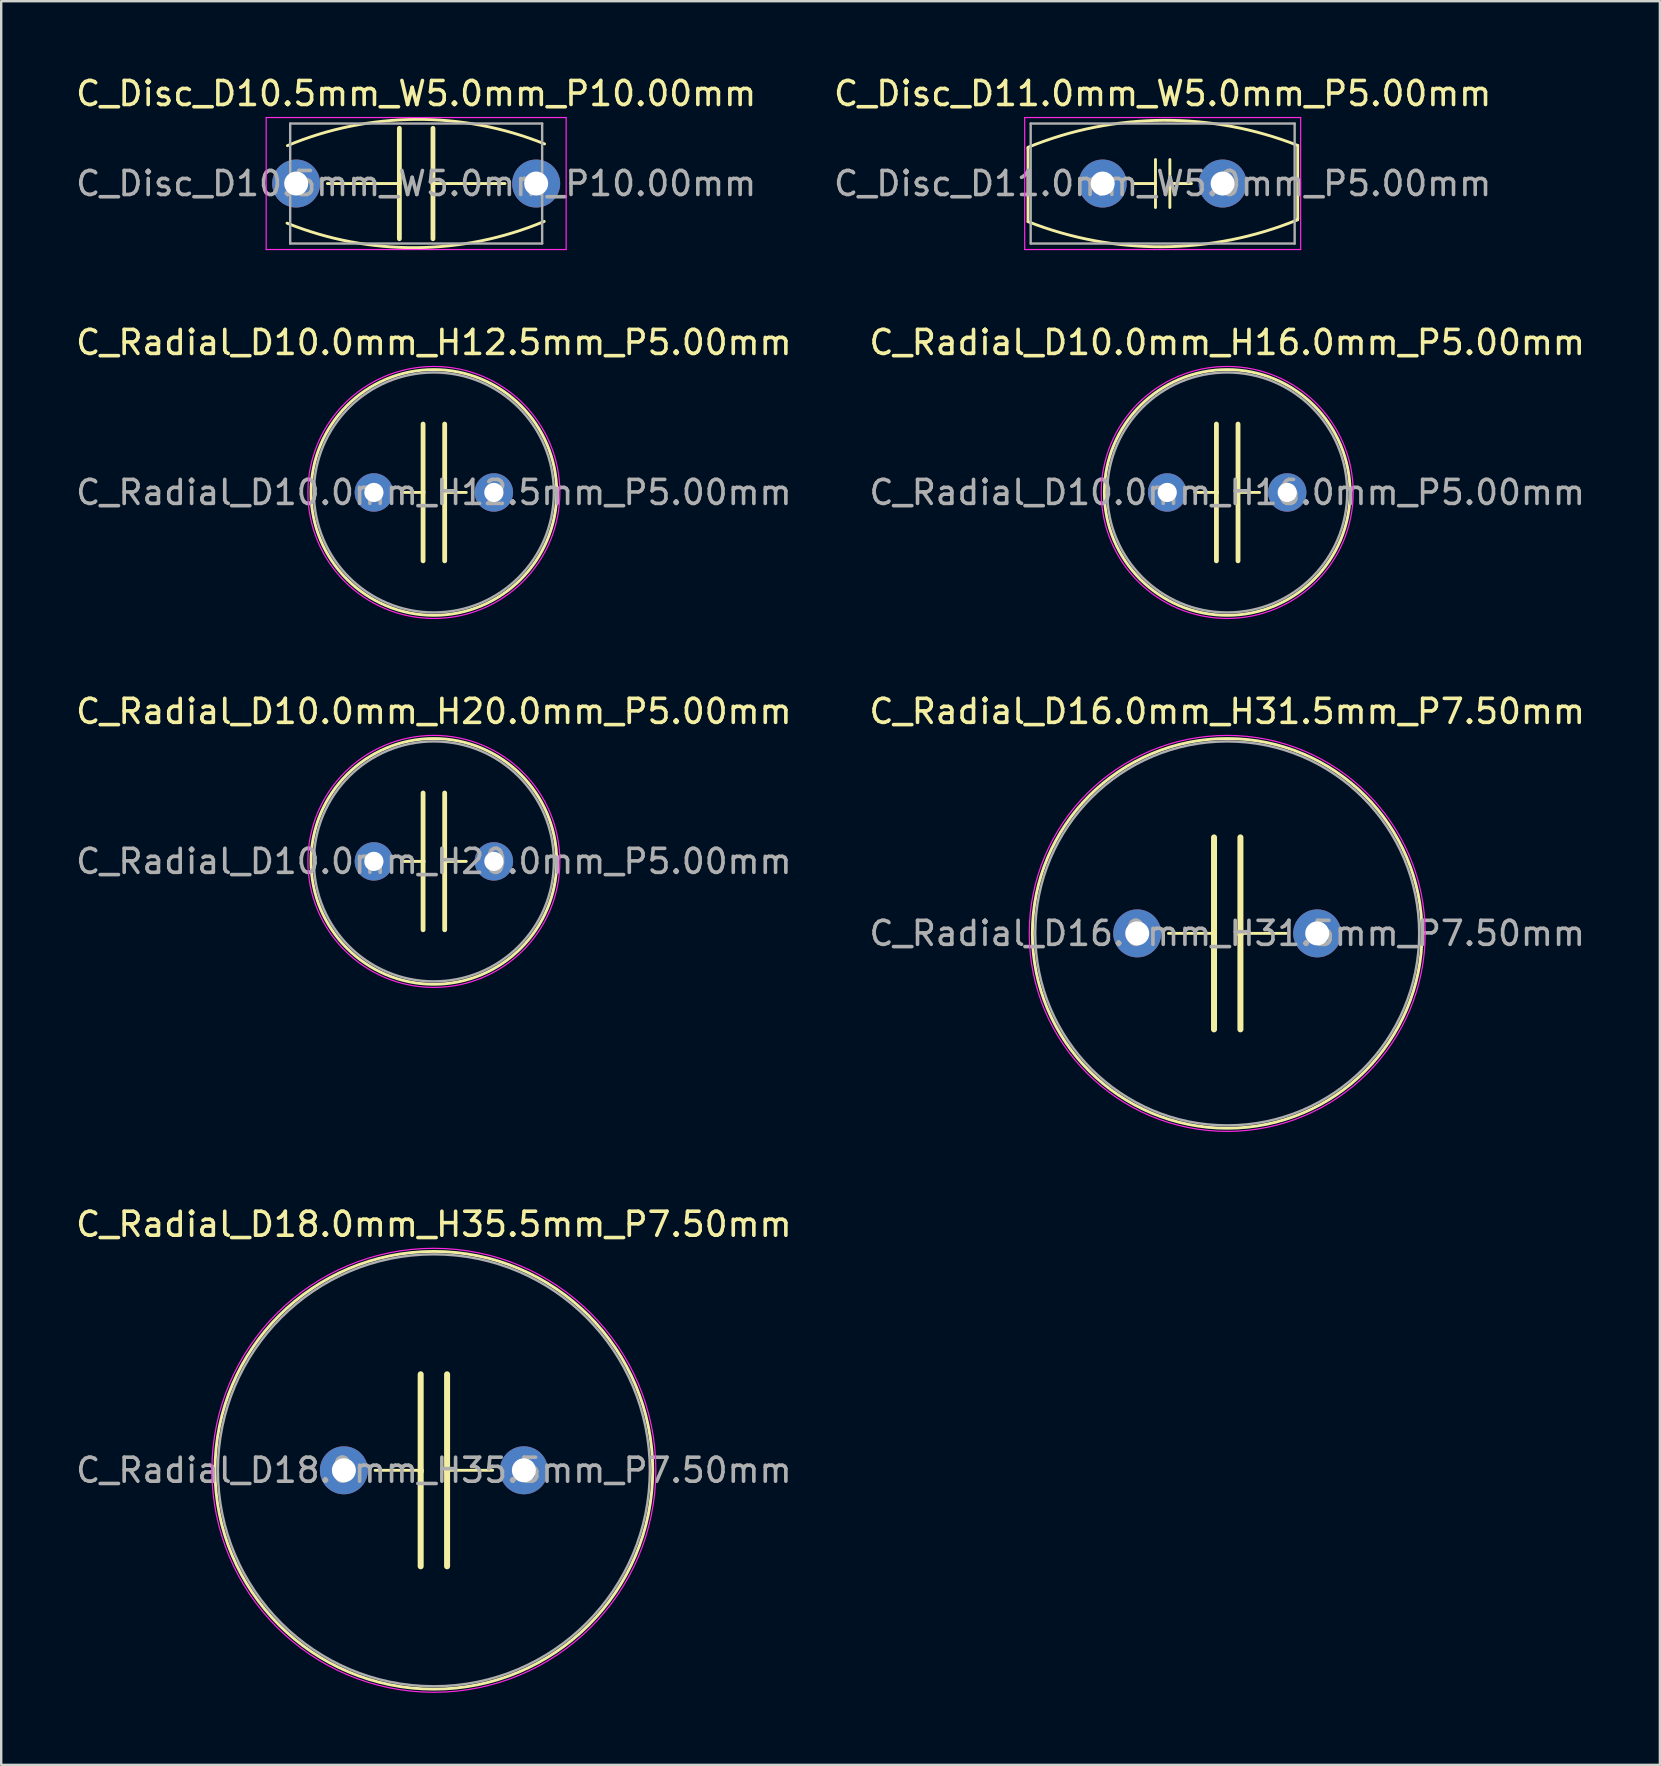
<source format=kicad_pcb>
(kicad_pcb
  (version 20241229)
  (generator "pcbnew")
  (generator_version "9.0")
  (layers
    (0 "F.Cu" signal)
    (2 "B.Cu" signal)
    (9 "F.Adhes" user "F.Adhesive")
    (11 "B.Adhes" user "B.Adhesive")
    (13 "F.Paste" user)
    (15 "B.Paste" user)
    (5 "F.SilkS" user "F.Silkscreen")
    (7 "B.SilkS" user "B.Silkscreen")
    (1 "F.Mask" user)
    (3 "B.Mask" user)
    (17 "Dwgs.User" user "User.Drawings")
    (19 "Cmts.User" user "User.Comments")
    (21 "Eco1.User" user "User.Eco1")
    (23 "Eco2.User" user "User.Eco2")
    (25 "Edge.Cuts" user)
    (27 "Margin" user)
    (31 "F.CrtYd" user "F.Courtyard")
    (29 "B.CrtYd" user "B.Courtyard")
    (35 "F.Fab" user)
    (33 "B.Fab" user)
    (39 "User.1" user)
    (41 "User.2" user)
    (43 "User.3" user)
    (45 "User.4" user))
  (footprint "C_Radial_D10.0mm_H20.0mm_P5.00mm"
    (layer "F.Cu")
    (at 12.53 32.845)
    (property "Reference" "C_Radial_D10.0mm_H20.0mm_P5.00mm" (at 2.5 -6.25 0) (layer "F.SilkS") (effects (font (size 1 1) (thickness 0.15))))
    (fp_line (start 1.15 0) (end 2.05 0) (stroke (width 0.12) (type solid)) (layer "F.SilkS"))
    (fp_line (start 2.05 0) (end 2.05 -2.85) (stroke (width 0.2) (type solid)) (layer "F.SilkS"))
    (fp_line (start 2.05 2.85) (end 2.05 0) (stroke (width 0.2) (type solid)) (layer "F.SilkS"))
    (fp_line (start 2.95 0) (end 2.95 -2.85) (stroke (width 0.2) (type solid)) (layer "F.SilkS"))
    (fp_line (start 2.95 0) (end 3.85 0) (stroke (width 0.12) (type solid)) (layer "F.SilkS"))
    (fp_line (start 2.95 2.85) (end 2.95 -0.007) (stroke (width 0.2) (type solid)) (layer "F.SilkS"))
    (fp_circle (center 2.5 0) (end 7.62 0) (stroke (width 0.12) (type solid)) (fill no) (layer "F.SilkS"))
    (fp_circle (center 2.5 0) (end 7.75 0) (stroke (width 0.05) (type solid)) (fill no) (layer "F.CrtYd"))
    (fp_circle (center 2.5 0) (end 7.5 0) (stroke (width 0.1) (type solid)) (fill no) (layer "F.Fab"))
    (fp_text user "${REFERENCE}" (at 2.5 0 0) (layer "F.Fab") (effects (font (size 1 1) (thickness 0.15))))
    (pad "1" thru_hole circle (at 0 0) (size 1.6 1.6) (drill 0.8) (layers "*.Cu" "*.Mask"))
    (pad "2" thru_hole circle (at 5 0) (size 1.6 1.6) (drill 0.8) (layers "*.Cu" "*.Mask")))
  (footprint "C_Disc_D11.0mm_W5.0mm_P5.00mm"
    (layer "F.Cu")
    (at 42.899 4.598)
    (property "Reference" "C_Disc_D11.0mm_W5.0mm_P5.00mm" (at 2.5 -3.75 0) (layer "F.SilkS") (effects (font (size 1 1) (thickness 0.15))))
    (fp_line (start -3.111 -1.46) (end -3.106 -1.511) (stroke (width 0.12) (type solid)) (layer "F.SilkS"))
    (fp_line (start -3.111 1.587) (end -3.111 -1.46) (stroke (width 0.12) (type solid)) (layer "F.SilkS"))
    (fp_line (start 1.3 0) (end 2.2 0) (stroke (width 0.12) (type solid)) (layer "F.SilkS"))
    (fp_line (start 2.2 0) (end 2.2 -1) (stroke (width 0.12) (type solid)) (layer "F.SilkS"))
    (fp_line (start 2.2 0) (end 2.2 1) (stroke (width 0.12) (type solid)) (layer "F.SilkS"))
    (fp_line (start 2.8 -1) (end 2.8 1) (stroke (width 0.12) (type solid)) (layer "F.SilkS"))
    (fp_line (start 2.8 0) (end 3.7 0) (stroke (width 0.12) (type solid)) (layer "F.SilkS"))
    (fp_line (start 8.128 -1.587) (end 8.128 1.46) (stroke (width 0.12) (type solid)) (layer "F.SilkS"))
    (fp_line (start 8.128 1.46) (end 8.123 1.511) (stroke (width 0.12) (type solid)) (layer "F.SilkS"))
    (fp_arc (start -3.106181 -1.511004) (mid 2.50352 -2.634411) (end 8.128 -1.5875) (stroke (width 0.12) (type solid)) (layer "F.SilkS"))
    (fp_arc (start 8.122681 1.511004) (mid 2.51298 2.634411) (end -3.1115 1.5875) (stroke (width 0.12) (type solid)) (layer "F.SilkS"))
    (fp_line (start -3.25 -2.75) (end -3.25 2.75) (stroke (width 0.05) (type solid)) (layer "F.CrtYd"))
    (fp_line (start -3.25 2.75) (end 8.25 2.75) (stroke (width 0.05) (type solid)) (layer "F.CrtYd"))
    (fp_line (start 8.25 -2.75) (end -3.25 -2.75) (stroke (width 0.05) (type solid)) (layer "F.CrtYd"))
    (fp_line (start 8.25 2.75) (end 8.25 -2.75) (stroke (width 0.05) (type solid)) (layer "F.CrtYd"))
    (fp_line (start -3 -2.5) (end -3 2.5) (stroke (width 0.1) (type solid)) (layer "F.Fab"))
    (fp_line (start -3 2.5) (end 8 2.5) (stroke (width 0.1) (type solid)) (layer "F.Fab"))
    (fp_line (start 8 -2.5) (end -3 -2.5) (stroke (width 0.1) (type solid)) (layer "F.Fab"))
    (fp_line (start 8 2.5) (end 8 -2.5) (stroke (width 0.1) (type solid)) (layer "F.Fab"))
    (fp_text user "${REFERENCE}" (at 2.5 0 0) (layer "F.Fab") (effects (font (size 1 1) (thickness 0.15))))
    (pad "1" thru_hole circle (at 0 0) (size 2 2) (drill 1) (layers "*.Cu" "*.Mask"))
    (pad "2" thru_hole circle (at 5 0) (size 2 2) (drill 1) (layers "*.Cu" "*.Mask")))
  (footprint "C_Radial_D10.0mm_H12.5mm_P5.00mm"
    (layer "F.Cu")
    (at 12.53 17.471)
    (property "Reference" "C_Radial_D10.0mm_H12.5mm_P5.00mm" (at 2.5 -6.25 0) (layer "F.SilkS") (effects (font (size 1 1) (thickness 0.15))))
    (fp_line (start 1.15 0) (end 2.05 0) (stroke (width 0.12) (type solid)) (layer "F.SilkS"))
    (fp_line (start 2.05 0) (end 2.05 -2.85) (stroke (width 0.2) (type solid)) (layer "F.SilkS"))
    (fp_line (start 2.05 2.85) (end 2.05 0) (stroke (width 0.2) (type solid)) (layer "F.SilkS"))
    (fp_line (start 2.95 0) (end 2.95 -2.85) (stroke (width 0.2) (type solid)) (layer "F.SilkS"))
    (fp_line (start 2.95 0) (end 3.85 0) (stroke (width 0.12) (type solid)) (layer "F.SilkS"))
    (fp_line (start 2.95 2.85) (end 2.95 -0.007) (stroke (width 0.2) (type solid)) (layer "F.SilkS"))
    (fp_circle (center 2.5 0) (end 7.62 0) (stroke (width 0.12) (type solid)) (fill no) (layer "F.SilkS"))
    (fp_circle (center 2.5 0) (end 7.75 0) (stroke (width 0.05) (type solid)) (fill no) (layer "F.CrtYd"))
    (fp_circle (center 2.5 0) (end 7.5 0) (stroke (width 0.1) (type solid)) (fill no) (layer "F.Fab"))
    (fp_text user "${REFERENCE}" (at 2.5 0 0) (layer "F.Fab") (effects (font (size 1 1) (thickness 0.15))))
    (pad "1" thru_hole circle (at 0 0) (size 1.6 1.6) (drill 0.8) (layers "*.Cu" "*.Mask"))
    (pad "2" thru_hole circle (at 5 0) (size 1.6 1.6) (drill 0.8) (layers "*.Cu" "*.Mask")))
  (footprint "C_Radial_D16.0mm_H31.5mm_P7.50mm"
    (layer "F.Cu")
    (at 44.339 35.845)
    (property "Reference" "C_Radial_D16.0mm_H31.5mm_P7.50mm" (at 3.75 -9.25 0) (layer "F.SilkS") (effects (font (size 1 1) (thickness 0.15))))
    (fp_line (start 1.3 0) (end 3.2 0) (stroke (width 0.12) (type solid)) (layer "F.SilkS"))
    (fp_line (start 3.2 0.05) (end 3.2 -4) (stroke (width 0.25) (type solid)) (layer "F.SilkS"))
    (fp_line (start 3.2 4) (end 3.2 0) (stroke (width 0.25) (type solid)) (layer "F.SilkS"))
    (fp_line (start 4.3 0) (end 6.2 0) (stroke (width 0.12) (type solid)) (layer "F.SilkS"))
    (fp_line (start 4.3 0.05) (end 4.3 -4) (stroke (width 0.25) (type solid)) (layer "F.SilkS"))
    (fp_line (start 4.3 4) (end 4.3 0) (stroke (width 0.25) (type solid)) (layer "F.SilkS"))
    (fp_circle (center 3.75 0) (end 11.87 0) (stroke (width 0.12) (type solid)) (fill no) (layer "F.SilkS"))
    (fp_circle (center 3.75 0) (end 12 0) (stroke (width 0.05) (type solid)) (fill no) (layer "F.CrtYd"))
    (fp_circle (center 3.75 0) (end 11.75 0) (stroke (width 0.1) (type solid)) (fill no) (layer "F.Fab"))
    (fp_text user "${REFERENCE}" (at 3.75 0 0) (layer "F.Fab") (effects (font (size 1 1) (thickness 0.15))))
    (pad "1" thru_hole circle (at 0 0) (size 2 2) (drill 1) (layers "*.Cu" "*.Mask"))
    (pad "2" thru_hole circle (at 7.5 0) (size 2 2) (drill 1) (layers "*.Cu" "*.Mask")))
  (footprint "C_Radial_D10.0mm_H16.0mm_P5.00mm"
    (layer "F.Cu")
    (at 45.589 17.471)
    (property "Reference" "C_Radial_D10.0mm_H16.0mm_P5.00mm" (at 2.5 -6.25 0) (layer "F.SilkS") (effects (font (size 1 1) (thickness 0.15))))
    (fp_line (start 1.15 0) (end 2.05 0) (stroke (width 0.12) (type solid)) (layer "F.SilkS"))
    (fp_line (start 2.05 0) (end 2.05 -2.85) (stroke (width 0.2) (type solid)) (layer "F.SilkS"))
    (fp_line (start 2.05 2.85) (end 2.05 0) (stroke (width 0.2) (type solid)) (layer "F.SilkS"))
    (fp_line (start 2.95 0) (end 2.95 -2.85) (stroke (width 0.2) (type solid)) (layer "F.SilkS"))
    (fp_line (start 2.95 0) (end 3.85 0) (stroke (width 0.12) (type solid)) (layer "F.SilkS"))
    (fp_line (start 2.95 2.85) (end 2.95 -0.007) (stroke (width 0.2) (type solid)) (layer "F.SilkS"))
    (fp_circle (center 2.5 0) (end 7.62 0) (stroke (width 0.12) (type solid)) (fill no) (layer "F.SilkS"))
    (fp_circle (center 2.5 0) (end 7.75 0) (stroke (width 0.05) (type solid)) (fill no) (layer "F.CrtYd"))
    (fp_circle (center 2.5 0) (end 7.5 0) (stroke (width 0.1) (type solid)) (fill no) (layer "F.Fab"))
    (fp_text user "${REFERENCE}" (at 2.5 0 0) (layer "F.Fab") (effects (font (size 1 1) (thickness 0.15))))
    (pad "1" thru_hole circle (at 0 0) (size 1.6 1.6) (drill 0.8) (layers "*.Cu" "*.Mask"))
    (pad "2" thru_hole circle (at 5 0) (size 1.6 1.6) (drill 0.8) (layers "*.Cu" "*.Mask")))
  (footprint "C_Radial_D18.0mm_H35.5mm_P7.50mm"
    (layer "F.Cu")
    (at 11.28 58.218)
    (property "Reference" "C_Radial_D18.0mm_H35.5mm_P7.50mm" (at 3.75 -10.25 0) (layer "F.SilkS") (effects (font (size 1 1) (thickness 0.15))))
    (fp_line (start 1.3 0) (end 3.2 0) (stroke (width 0.12) (type solid)) (layer "F.SilkS"))
    (fp_line (start 3.2 0.05) (end 3.2 -4) (stroke (width 0.25) (type solid)) (layer "F.SilkS"))
    (fp_line (start 3.2 4) (end 3.2 0) (stroke (width 0.25) (type solid)) (layer "F.SilkS"))
    (fp_line (start 4.3 0) (end 6.2 0) (stroke (width 0.12) (type solid)) (layer "F.SilkS"))
    (fp_line (start 4.3 0.05) (end 4.3 -4) (stroke (width 0.25) (type solid)) (layer "F.SilkS"))
    (fp_line (start 4.3 4) (end 4.3 0) (stroke (width 0.25) (type solid)) (layer "F.SilkS"))
    (fp_circle (center 3.75 0) (end 12.87 0) (stroke (width 0.12) (type solid)) (fill no) (layer "F.SilkS"))
    (fp_circle (center 3.75 0) (end 13 0) (stroke (width 0.05) (type solid)) (fill no) (layer "F.CrtYd"))
    (fp_circle (center 3.75 0) (end 12.75 0) (stroke (width 0.1) (type solid)) (fill no) (layer "F.Fab"))
    (fp_text user "${REFERENCE}" (at 3.75 0 0) (layer "F.Fab") (effects (font (size 1 1) (thickness 0.15))))
    (pad "1" thru_hole circle (at 0 0) (size 2 2) (drill 1) (layers "*.Cu" "*.Mask"))
    (pad "2" thru_hole circle (at 7.5 0) (size 2 2) (drill 1) (layers "*.Cu" "*.Mask")))
  (footprint "C_Disc_D10.5mm_W5.0mm_P10.00mm"
    (layer "F.Cu")
    (at 9.292 4.598)
    (property "Reference" "C_Disc_D10.5mm_W5.0mm_P10.00mm" (at 5 -3.75 0) (layer "F.SilkS") (effects (font (size 1 1) (thickness 0.15))))
    (fp_line (start 1.3 0) (end 4.3 0) (stroke (width 0.12) (type solid)) (layer "F.SilkS"))
    (fp_line (start 4.3 0) (end 4.3 -2.3) (stroke (width 0.2) (type solid)) (layer "F.SilkS"))
    (fp_line (start 4.3 0) (end 4.3 2.3) (stroke (width 0.2) (type solid)) (layer "F.SilkS"))
    (fp_line (start 5.7 0) (end 5.7 -2.3) (stroke (width 0.2) (type solid)) (layer "F.SilkS"))
    (fp_line (start 5.7 0) (end 5.7 2.3) (stroke (width 0.2) (type solid)) (layer "F.SilkS"))
    (fp_line (start 5.7 0) (end 8.7 0) (stroke (width 0.12) (type solid)) (layer "F.SilkS"))
    (fp_arc (start -0.365657 -1.579056) (mid 4.985322 -2.672545) (end 10.3505 -1.651) (stroke (width 0.12) (type solid)) (layer "F.SilkS"))
    (fp_arc (start 10.335157 1.579056) (mid 4.984178 2.672545) (end -0.381 1.651) (stroke (width 0.12) (type solid)) (layer "F.SilkS"))
    (fp_line (start -1.25 -2.75) (end -1.25 2.75) (stroke (width 0.05) (type solid)) (layer "F.CrtYd"))
    (fp_line (start -1.25 2.75) (end 11.25 2.75) (stroke (width 0.05) (type solid)) (layer "F.CrtYd"))
    (fp_line (start 11.25 -2.75) (end -1.25 -2.75) (stroke (width 0.05) (type solid)) (layer "F.CrtYd"))
    (fp_line (start 11.25 2.75) (end 11.25 -2.75) (stroke (width 0.05) (type solid)) (layer "F.CrtYd"))
    (fp_line (start -0.25 -2.5) (end -0.25 2.5) (stroke (width 0.1) (type solid)) (layer "F.Fab"))
    (fp_line (start -0.25 2.5) (end 10.25 2.5) (stroke (width 0.1) (type solid)) (layer "F.Fab"))
    (fp_line (start 10.25 -2.5) (end -0.25 -2.5) (stroke (width 0.1) (type solid)) (layer "F.Fab"))
    (fp_line (start 10.25 2.5) (end 10.25 -2.5) (stroke (width 0.1) (type solid)) (layer "F.Fab"))
    (fp_text user "${REFERENCE}" (at 5 0 0) (layer "F.Fab") (effects (font (size 1 1) (thickness 0.15))))
    (pad "1" thru_hole circle (at 0 0) (size 2 2) (drill 1) (layers "*.Cu" "*.Mask"))
    (pad "2" thru_hole circle (at 10 0) (size 2 2) (drill 1) (layers "*.Cu" "*.Mask")))
  (gr_rect
    (start -3 -3)
    (end 66.119 70.493)
    (stroke (width 0.1) (type default))
    (fill no)
    (layer "Edge.Cuts")))
</source>
